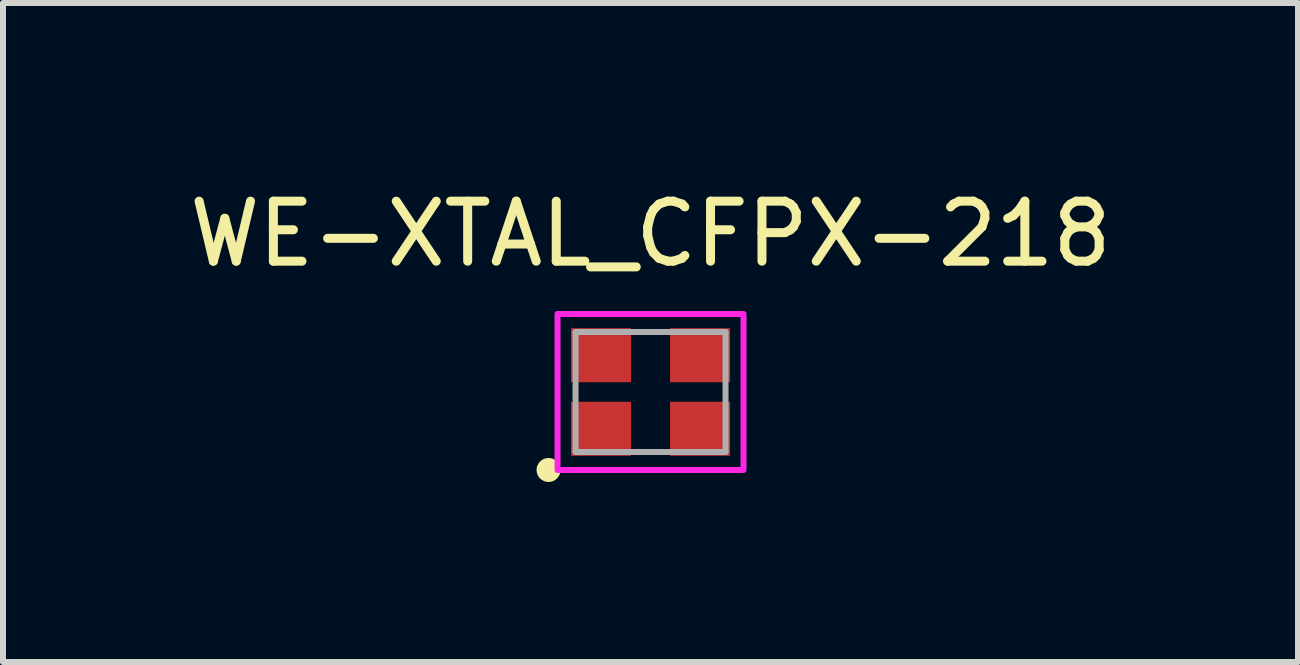
<source format=kicad_pcb>
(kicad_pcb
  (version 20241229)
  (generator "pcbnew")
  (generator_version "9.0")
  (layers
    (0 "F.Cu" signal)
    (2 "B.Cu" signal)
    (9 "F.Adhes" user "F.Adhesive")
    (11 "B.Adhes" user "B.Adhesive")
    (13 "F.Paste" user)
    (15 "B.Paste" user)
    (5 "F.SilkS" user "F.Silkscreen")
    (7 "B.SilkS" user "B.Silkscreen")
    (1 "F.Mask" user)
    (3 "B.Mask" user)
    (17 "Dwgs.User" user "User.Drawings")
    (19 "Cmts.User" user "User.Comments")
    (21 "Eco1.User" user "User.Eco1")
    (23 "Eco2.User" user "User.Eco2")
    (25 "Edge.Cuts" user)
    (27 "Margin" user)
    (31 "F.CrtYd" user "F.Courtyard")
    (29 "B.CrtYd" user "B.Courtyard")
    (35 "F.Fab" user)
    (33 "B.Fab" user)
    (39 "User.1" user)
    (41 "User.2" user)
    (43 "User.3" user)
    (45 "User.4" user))
  (footprint "WE-XTAL_CFPX-218"
    (layer "F.Cu")
    (at 7.792 3.483)
    (property "Reference" "WE-XTAL_CFPX-218" (at 0 -2.635 0) (layer "F.SilkS") (effects (font (size 1 1) (thickness 0.15))))
    (attr smd)
    (fp_circle (center -1.7 1.3) (end -1.6 1.3) (stroke (width 0.2) (type solid)) (fill no) (layer "F.SilkS"))
    (fp_poly (pts (xy -1.55 -1.3) (xy 1.55 -1.3) (xy 1.55 1.3) (xy -1.55 1.3)) (stroke (width 0.1) (type solid)) (fill no) (layer "F.CrtYd"))
    (fp_line (start -1.25 -1) (end 1.25 -1) (stroke (width 0.1) (type solid)) (layer "F.Fab"))
    (fp_line (start -1.25 1) (end -1.25 -1) (stroke (width 0.1) (type solid)) (layer "F.Fab"))
    (fp_line (start 1.25 -1) (end 1.25 1) (stroke (width 0.1) (type solid)) (layer "F.Fab"))
    (fp_line (start 1.25 1) (end -1.25 1) (stroke (width 0.1) (type solid)) (layer "F.Fab"))
    (pad "1" smd rect (at -0.825 0.613) (size 1 0.9) (layers "F.Cu" "F.Mask" "F.Paste"))
    (pad "2" smd rect (at 0.825 0.613) (size 1 0.9) (layers "F.Cu" "F.Mask" "F.Paste"))
    (pad "3" smd rect (at 0.825 -0.613) (size 1 0.9) (layers "F.Cu" "F.Mask" "F.Paste"))
    (pad "4" smd rect (at -0.825 -0.613) (size 1 0.9) (layers "F.Cu" "F.Mask" "F.Paste")))
  (gr_rect
    (start -3 -3)
    (end 18.583 7.983)
    (stroke (width 0.1) (type default))
    (fill no)
    (layer "Edge.Cuts")))
</source>
